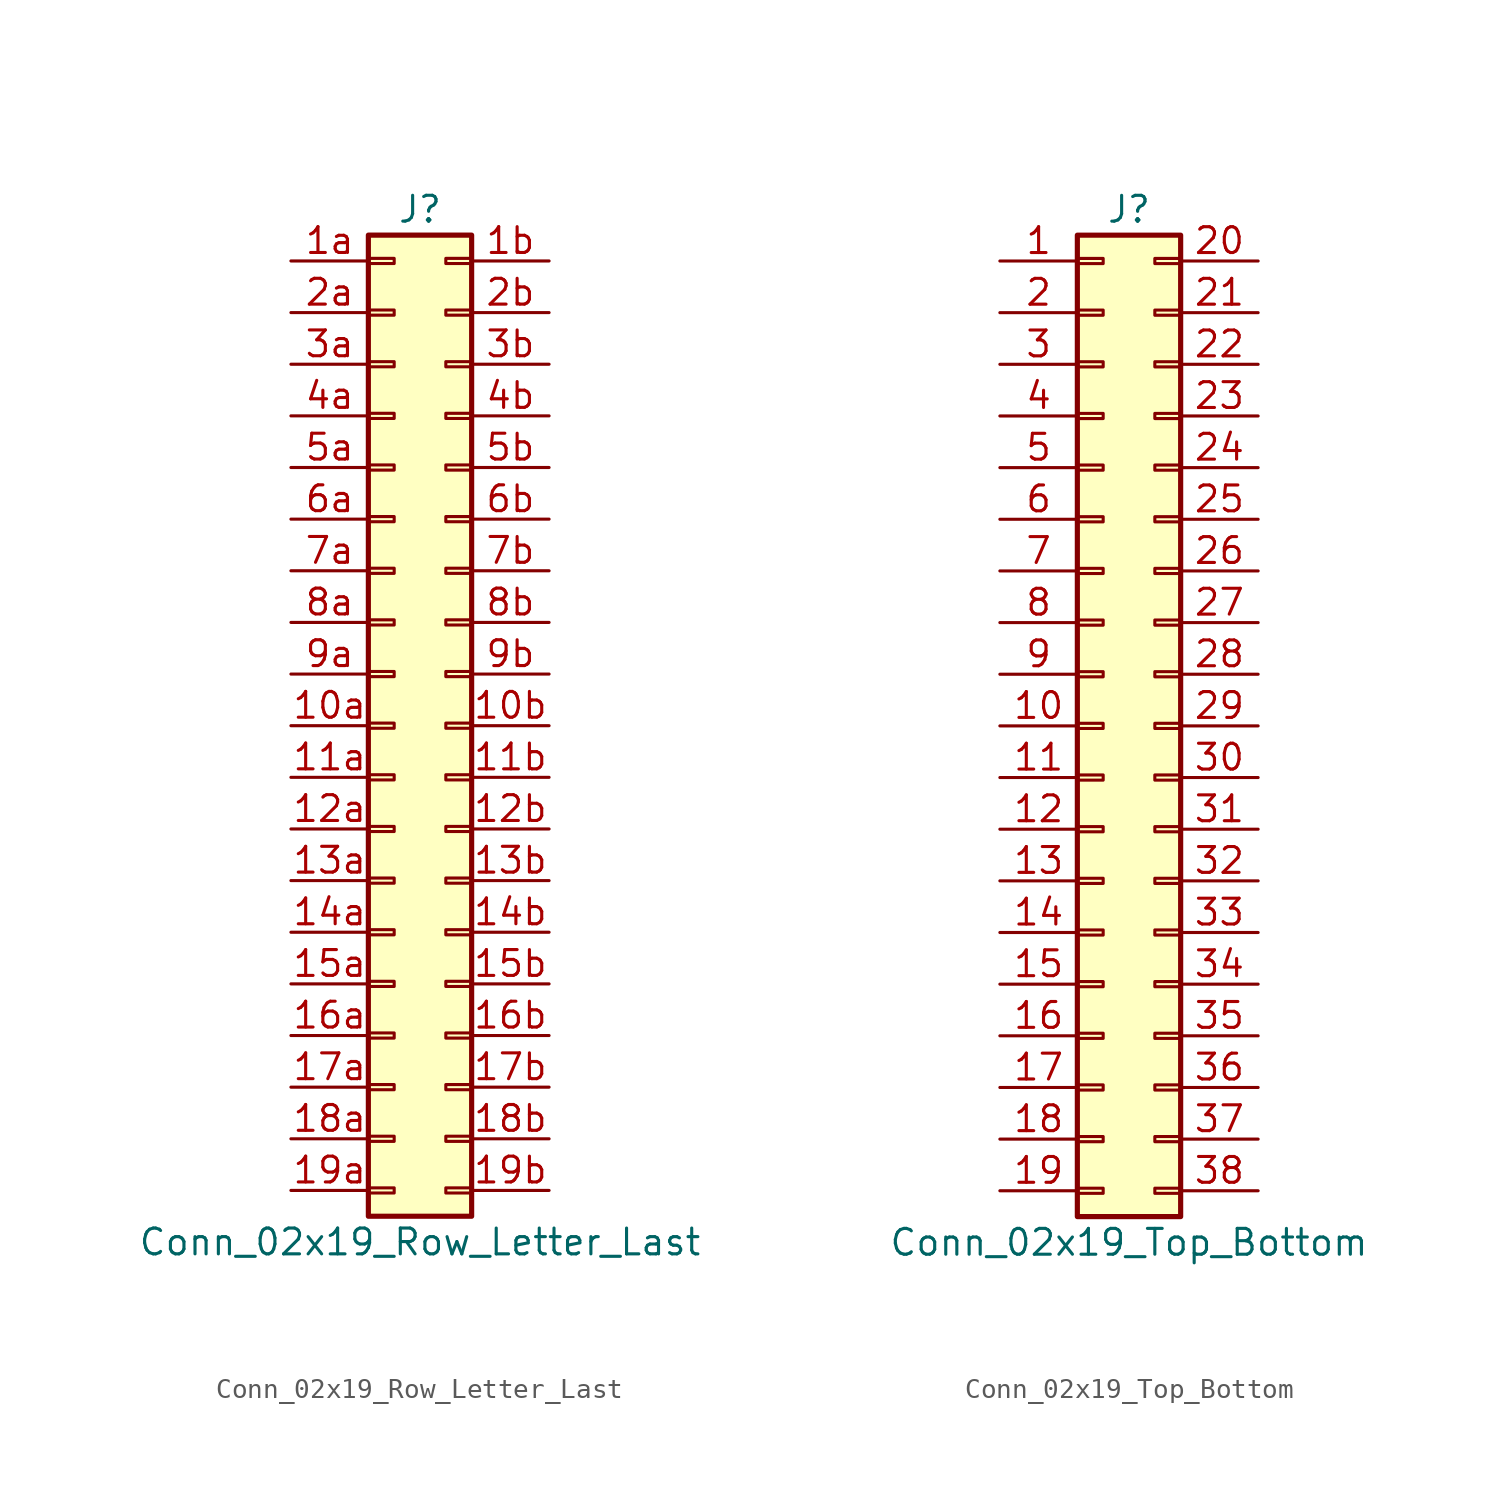
<source format=kicad_sym>
(kicad_symbol_lib
  (version 20201005)
  (generator kicad_symbol_editor)
  (symbol "Connector_Generic:Conn_02x19_Row_Letter_Last"
    (pin_names
      (offset 1.016) hide)
    (property "Reference" "J"
      (at 1.27 25.4 0)
      (effects (font (size 1.27 1.27))))
    (property "Value" "Conn_02x19_Row_Letter_Last"
      (at 1.27 -25.4 0)
      (effects (font (size 1.27 1.27))))
    (symbol "Conn_02x19_Row_Letter_Last_1_1"
      (rectangle (start -1.27 -4.953) (end 0 -5.207) (stroke (width 0.152)) (fill (type none)))
      (rectangle (start -1.27 -7.493) (end 0 -7.747) (stroke (width 0.152)) (fill (type none)))
      (rectangle (start -1.27 -10.033) (end 0 -10.287) (stroke (width 0.152)) (fill (type none)))
      (rectangle (start -1.27 -12.573) (end 0 -12.827) (stroke (width 0.152)) (fill (type none)))
      (rectangle (start -1.27 -15.113) (end 0 -15.367) (stroke (width 0.152)) (fill (type none)))
      (rectangle (start -1.27 -17.653) (end 0 -17.907) (stroke (width 0.152)) (fill (type none)))
      (rectangle (start -1.27 -20.193) (end 0 -20.447) (stroke (width 0.152)) (fill (type none)))
      (rectangle (start -1.27 -22.733) (end 0 -22.987) (stroke (width 0.152)) (fill (type none)))
      (rectangle (start -1.27 -2.413) (end 0 -2.667) (stroke (width 0.152)) (fill (type none)))
      (rectangle (start -1.27 2.667) (end 0 2.413) (stroke (width 0.152)) (fill (type none)))
      (rectangle (start -1.27 5.207) (end 0 4.953) (stroke (width 0.152)) (fill (type none)))
      (rectangle (start -1.27 7.747) (end 0 7.493) (stroke (width 0.152)) (fill (type none)))
      (rectangle (start -1.27 10.287) (end 0 10.033) (stroke (width 0.152)) (fill (type none)))
      (rectangle (start -1.27 0.127) (end 0 -0.127) (stroke (width 0.152)) (fill (type none)))
      (rectangle (start -1.27 12.827) (end 0 12.573) (stroke (width 0.152)) (fill (type none)))
      (rectangle (start -1.27 15.367) (end 0 15.113) (stroke (width 0.152)) (fill (type none)))
      (rectangle (start -1.27 17.907) (end 0 17.653) (stroke (width 0.152)) (fill (type none)))
      (rectangle (start -1.27 20.447) (end 0 20.193) (stroke (width 0.152)) (fill (type none)))
      (rectangle (start -1.27 22.987) (end 0 22.733) (stroke (width 0.152)) (fill (type none)))
      (rectangle (start -1.27 24.13) (end 3.81 -24.13) (stroke (width 0.254)) (fill (type background)))
      (rectangle (start 3.81 -4.953) (end 2.54 -5.207) (stroke (width 0.152)) (fill (type none)))
      (rectangle (start 3.81 -7.493) (end 2.54 -7.747) (stroke (width 0.152)) (fill (type none)))
      (rectangle (start 3.81 -10.033) (end 2.54 -10.287) (stroke (width 0.152)) (fill (type none)))
      (rectangle (start 3.81 -12.573) (end 2.54 -12.827) (stroke (width 0.152)) (fill (type none)))
      (rectangle (start 3.81 -15.113) (end 2.54 -15.367) (stroke (width 0.152)) (fill (type none)))
      (rectangle (start 3.81 -17.653) (end 2.54 -17.907) (stroke (width 0.152)) (fill (type none)))
      (rectangle (start 3.81 -20.193) (end 2.54 -20.447) (stroke (width 0.152)) (fill (type none)))
      (rectangle (start 3.81 -22.733) (end 2.54 -22.987) (stroke (width 0.152)) (fill (type none)))
      (rectangle (start 3.81 -2.413) (end 2.54 -2.667) (stroke (width 0.152)) (fill (type none)))
      (rectangle (start 3.81 2.667) (end 2.54 2.413) (stroke (width 0.152)) (fill (type none)))
      (rectangle (start 3.81 5.207) (end 2.54 4.953) (stroke (width 0.152)) (fill (type none)))
      (rectangle (start 3.81 7.747) (end 2.54 7.493) (stroke (width 0.152)) (fill (type none)))
      (rectangle (start 3.81 10.287) (end 2.54 10.033) (stroke (width 0.152)) (fill (type none)))
      (rectangle (start 3.81 0.127) (end 2.54 -0.127) (stroke (width 0.152)) (fill (type none)))
      (rectangle (start 3.81 12.827) (end 2.54 12.573) (stroke (width 0.152)) (fill (type none)))
      (rectangle (start 3.81 15.367) (end 2.54 15.113) (stroke (width 0.152)) (fill (type none)))
      (rectangle (start 3.81 17.907) (end 2.54 17.653) (stroke (width 0.152)) (fill (type none)))
      (rectangle (start 3.81 20.447) (end 2.54 20.193) (stroke (width 0.152)) (fill (type none)))
      (rectangle (start 3.81 22.987) (end 2.54 22.733) (stroke (width 0.152)) (fill (type none)))
      (pin passive line (at -5.08 0 0) (length 3.81) (name "Pin_10a" (effects (font (size 1.27 1.27)))) (number "10a" (effects (font (size 1.27 1.27)))))
      (pin passive line (at 7.62 0 180) (length 3.81) (name "Pin_10b" (effects (font (size 1.27 1.27)))) (number "10b" (effects (font (size 1.27 1.27)))))
      (pin passive line (at -5.08 -2.54 0) (length 3.81) (name "Pin_11a" (effects (font (size 1.27 1.27)))) (number "11a" (effects (font (size 1.27 1.27)))))
      (pin passive line (at 7.62 -2.54 180) (length 3.81) (name "Pin_11b" (effects (font (size 1.27 1.27)))) (number "11b" (effects (font (size 1.27 1.27)))))
      (pin passive line (at -5.08 -5.08 0) (length 3.81) (name "Pin_12a" (effects (font (size 1.27 1.27)))) (number "12a" (effects (font (size 1.27 1.27)))))
      (pin passive line (at 7.62 -5.08 180) (length 3.81) (name "Pin_12b" (effects (font (size 1.27 1.27)))) (number "12b" (effects (font (size 1.27 1.27)))))
      (pin passive line (at -5.08 -7.62 0) (length 3.81) (name "Pin_13a" (effects (font (size 1.27 1.27)))) (number "13a" (effects (font (size 1.27 1.27)))))
      (pin passive line (at 7.62 -7.62 180) (length 3.81) (name "Pin_13b" (effects (font (size 1.27 1.27)))) (number "13b" (effects (font (size 1.27 1.27)))))
      (pin passive line (at -5.08 -10.16 0) (length 3.81) (name "Pin_14a" (effects (font (size 1.27 1.27)))) (number "14a" (effects (font (size 1.27 1.27)))))
      (pin passive line (at 7.62 -10.16 180) (length 3.81) (name "Pin_14b" (effects (font (size 1.27 1.27)))) (number "14b" (effects (font (size 1.27 1.27)))))
      (pin passive line (at -5.08 -12.7 0) (length 3.81) (name "Pin_15a" (effects (font (size 1.27 1.27)))) (number "15a" (effects (font (size 1.27 1.27)))))
      (pin passive line (at 7.62 -12.7 180) (length 3.81) (name "Pin_15b" (effects (font (size 1.27 1.27)))) (number "15b" (effects (font (size 1.27 1.27)))))
      (pin passive line (at -5.08 -15.24 0) (length 3.81) (name "Pin_16a" (effects (font (size 1.27 1.27)))) (number "16a" (effects (font (size 1.27 1.27)))))
      (pin passive line (at 7.62 -15.24 180) (length 3.81) (name "Pin_16b" (effects (font (size 1.27 1.27)))) (number "16b" (effects (font (size 1.27 1.27)))))
      (pin passive line (at -5.08 -17.78 0) (length 3.81) (name "Pin_17a" (effects (font (size 1.27 1.27)))) (number "17a" (effects (font (size 1.27 1.27)))))
      (pin passive line (at 7.62 -17.78 180) (length 3.81) (name "Pin_17b" (effects (font (size 1.27 1.27)))) (number "17b" (effects (font (size 1.27 1.27)))))
      (pin passive line (at -5.08 -20.32 0) (length 3.81) (name "Pin_18a" (effects (font (size 1.27 1.27)))) (number "18a" (effects (font (size 1.27 1.27)))))
      (pin passive line (at 7.62 -20.32 180) (length 3.81) (name "Pin_18b" (effects (font (size 1.27 1.27)))) (number "18b" (effects (font (size 1.27 1.27)))))
      (pin passive line (at -5.08 -22.86 0) (length 3.81) (name "Pin_19a" (effects (font (size 1.27 1.27)))) (number "19a" (effects (font (size 1.27 1.27)))))
      (pin passive line (at 7.62 -22.86 180) (length 3.81) (name "Pin_19b" (effects (font (size 1.27 1.27)))) (number "19b" (effects (font (size 1.27 1.27)))))
      (pin passive line (at -5.08 22.86 0) (length 3.81) (name "Pin_1a" (effects (font (size 1.27 1.27)))) (number "1a" (effects (font (size 1.27 1.27)))))
      (pin passive line (at 7.62 22.86 180) (length 3.81) (name "Pin_1b" (effects (font (size 1.27 1.27)))) (number "1b" (effects (font (size 1.27 1.27)))))
      (pin passive line (at -5.08 20.32 0) (length 3.81) (name "Pin_2a" (effects (font (size 1.27 1.27)))) (number "2a" (effects (font (size 1.27 1.27)))))
      (pin passive line (at 7.62 20.32 180) (length 3.81) (name "Pin_2b" (effects (font (size 1.27 1.27)))) (number "2b" (effects (font (size 1.27 1.27)))))
      (pin passive line (at -5.08 17.78 0) (length 3.81) (name "Pin_3a" (effects (font (size 1.27 1.27)))) (number "3a" (effects (font (size 1.27 1.27)))))
      (pin passive line (at 7.62 17.78 180) (length 3.81) (name "Pin_3b" (effects (font (size 1.27 1.27)))) (number "3b" (effects (font (size 1.27 1.27)))))
      (pin passive line (at -5.08 15.24 0) (length 3.81) (name "Pin_4a" (effects (font (size 1.27 1.27)))) (number "4a" (effects (font (size 1.27 1.27)))))
      (pin passive line (at 7.62 15.24 180) (length 3.81) (name "Pin_4b" (effects (font (size 1.27 1.27)))) (number "4b" (effects (font (size 1.27 1.27)))))
      (pin passive line (at -5.08 12.7 0) (length 3.81) (name "Pin_5a" (effects (font (size 1.27 1.27)))) (number "5a" (effects (font (size 1.27 1.27)))))
      (pin passive line (at 7.62 12.7 180) (length 3.81) (name "Pin_5b" (effects (font (size 1.27 1.27)))) (number "5b" (effects (font (size 1.27 1.27)))))
      (pin passive line (at -5.08 10.16 0) (length 3.81) (name "Pin_6a" (effects (font (size 1.27 1.27)))) (number "6a" (effects (font (size 1.27 1.27)))))
      (pin passive line (at 7.62 10.16 180) (length 3.81) (name "Pin_6b" (effects (font (size 1.27 1.27)))) (number "6b" (effects (font (size 1.27 1.27)))))
      (pin passive line (at -5.08 7.62 0) (length 3.81) (name "Pin_7a" (effects (font (size 1.27 1.27)))) (number "7a" (effects (font (size 1.27 1.27)))))
      (pin passive line (at 7.62 7.62 180) (length 3.81) (name "Pin_7b" (effects (font (size 1.27 1.27)))) (number "7b" (effects (font (size 1.27 1.27)))))
      (pin passive line (at -5.08 5.08 0) (length 3.81) (name "Pin_8a" (effects (font (size 1.27 1.27)))) (number "8a" (effects (font (size 1.27 1.27)))))
      (pin passive line (at 7.62 5.08 180) (length 3.81) (name "Pin_8b" (effects (font (size 1.27 1.27)))) (number "8b" (effects (font (size 1.27 1.27)))))
      (pin passive line (at -5.08 2.54 0) (length 3.81) (name "Pin_9a" (effects (font (size 1.27 1.27)))) (number "9a" (effects (font (size 1.27 1.27)))))
      (pin passive line (at 7.62 2.54 180) (length 3.81) (name "Pin_9b" (effects (font (size 1.27 1.27)))) (number "9b" (effects (font (size 1.27 1.27)))))))
  (symbol "Connector_Generic:Conn_02x19_Top_Bottom"
    (pin_names
      (offset 1.016) hide)
    (property "Reference" "J"
      (at 1.27 25.4 0)
      (effects (font (size 1.27 1.27))))
    (property "Value" "Conn_02x19_Top_Bottom"
      (at 1.27 -25.4 0)
      (effects (font (size 1.27 1.27))))
    (symbol "Conn_02x19_Top_Bottom_1_1"
      (rectangle (start -1.27 -4.953) (end 0 -5.207) (stroke (width 0.152)) (fill (type none)))
      (rectangle (start -1.27 -7.493) (end 0 -7.747) (stroke (width 0.152)) (fill (type none)))
      (rectangle (start -1.27 -10.033) (end 0 -10.287) (stroke (width 0.152)) (fill (type none)))
      (rectangle (start -1.27 -12.573) (end 0 -12.827) (stroke (width 0.152)) (fill (type none)))
      (rectangle (start -1.27 -15.113) (end 0 -15.367) (stroke (width 0.152)) (fill (type none)))
      (rectangle (start -1.27 -17.653) (end 0 -17.907) (stroke (width 0.152)) (fill (type none)))
      (rectangle (start -1.27 -20.193) (end 0 -20.447) (stroke (width 0.152)) (fill (type none)))
      (rectangle (start -1.27 -22.733) (end 0 -22.987) (stroke (width 0.152)) (fill (type none)))
      (rectangle (start -1.27 -2.413) (end 0 -2.667) (stroke (width 0.152)) (fill (type none)))
      (rectangle (start -1.27 2.667) (end 0 2.413) (stroke (width 0.152)) (fill (type none)))
      (rectangle (start -1.27 5.207) (end 0 4.953) (stroke (width 0.152)) (fill (type none)))
      (rectangle (start -1.27 7.747) (end 0 7.493) (stroke (width 0.152)) (fill (type none)))
      (rectangle (start -1.27 10.287) (end 0 10.033) (stroke (width 0.152)) (fill (type none)))
      (rectangle (start -1.27 0.127) (end 0 -0.127) (stroke (width 0.152)) (fill (type none)))
      (rectangle (start -1.27 12.827) (end 0 12.573) (stroke (width 0.152)) (fill (type none)))
      (rectangle (start -1.27 15.367) (end 0 15.113) (stroke (width 0.152)) (fill (type none)))
      (rectangle (start -1.27 17.907) (end 0 17.653) (stroke (width 0.152)) (fill (type none)))
      (rectangle (start -1.27 20.447) (end 0 20.193) (stroke (width 0.152)) (fill (type none)))
      (rectangle (start -1.27 22.987) (end 0 22.733) (stroke (width 0.152)) (fill (type none)))
      (rectangle (start -1.27 24.13) (end 3.81 -24.13) (stroke (width 0.254)) (fill (type background)))
      (rectangle (start 3.81 -4.953) (end 2.54 -5.207) (stroke (width 0.152)) (fill (type none)))
      (rectangle (start 3.81 -7.493) (end 2.54 -7.747) (stroke (width 0.152)) (fill (type none)))
      (rectangle (start 3.81 -10.033) (end 2.54 -10.287) (stroke (width 0.152)) (fill (type none)))
      (rectangle (start 3.81 -12.573) (end 2.54 -12.827) (stroke (width 0.152)) (fill (type none)))
      (rectangle (start 3.81 -15.113) (end 2.54 -15.367) (stroke (width 0.152)) (fill (type none)))
      (rectangle (start 3.81 -17.653) (end 2.54 -17.907) (stroke (width 0.152)) (fill (type none)))
      (rectangle (start 3.81 -20.193) (end 2.54 -20.447) (stroke (width 0.152)) (fill (type none)))
      (rectangle (start 3.81 -22.733) (end 2.54 -22.987) (stroke (width 0.152)) (fill (type none)))
      (rectangle (start 3.81 -2.413) (end 2.54 -2.667) (stroke (width 0.152)) (fill (type none)))
      (rectangle (start 3.81 2.667) (end 2.54 2.413) (stroke (width 0.152)) (fill (type none)))
      (rectangle (start 3.81 5.207) (end 2.54 4.953) (stroke (width 0.152)) (fill (type none)))
      (rectangle (start 3.81 7.747) (end 2.54 7.493) (stroke (width 0.152)) (fill (type none)))
      (rectangle (start 3.81 10.287) (end 2.54 10.033) (stroke (width 0.152)) (fill (type none)))
      (rectangle (start 3.81 0.127) (end 2.54 -0.127) (stroke (width 0.152)) (fill (type none)))
      (rectangle (start 3.81 12.827) (end 2.54 12.573) (stroke (width 0.152)) (fill (type none)))
      (rectangle (start 3.81 15.367) (end 2.54 15.113) (stroke (width 0.152)) (fill (type none)))
      (rectangle (start 3.81 17.907) (end 2.54 17.653) (stroke (width 0.152)) (fill (type none)))
      (rectangle (start 3.81 20.447) (end 2.54 20.193) (stroke (width 0.152)) (fill (type none)))
      (rectangle (start 3.81 22.987) (end 2.54 22.733) (stroke (width 0.152)) (fill (type none)))
      (pin passive line (at -5.08 22.86 0) (length 3.81) (name "Pin_1" (effects (font (size 1.27 1.27)))) (number "1" (effects (font (size 1.27 1.27)))))
      (pin passive line (at -5.08 0 0) (length 3.81) (name "Pin_10" (effects (font (size 1.27 1.27)))) (number "10" (effects (font (size 1.27 1.27)))))
      (pin passive line (at -5.08 -2.54 0) (length 3.81) (name "Pin_11" (effects (font (size 1.27 1.27)))) (number "11" (effects (font (size 1.27 1.27)))))
      (pin passive line (at -5.08 -5.08 0) (length 3.81) (name "Pin_12" (effects (font (size 1.27 1.27)))) (number "12" (effects (font (size 1.27 1.27)))))
      (pin passive line (at -5.08 -7.62 0) (length 3.81) (name "Pin_13" (effects (font (size 1.27 1.27)))) (number "13" (effects (font (size 1.27 1.27)))))
      (pin passive line (at -5.08 -10.16 0) (length 3.81) (name "Pin_14" (effects (font (size 1.27 1.27)))) (number "14" (effects (font (size 1.27 1.27)))))
      (pin passive line (at -5.08 -12.7 0) (length 3.81) (name "Pin_15" (effects (font (size 1.27 1.27)))) (number "15" (effects (font (size 1.27 1.27)))))
      (pin passive line (at -5.08 -15.24 0) (length 3.81) (name "Pin_16" (effects (font (size 1.27 1.27)))) (number "16" (effects (font (size 1.27 1.27)))))
      (pin passive line (at -5.08 -17.78 0) (length 3.81) (name "Pin_17" (effects (font (size 1.27 1.27)))) (number "17" (effects (font (size 1.27 1.27)))))
      (pin passive line (at -5.08 -20.32 0) (length 3.81) (name "Pin_18" (effects (font (size 1.27 1.27)))) (number "18" (effects (font (size 1.27 1.27)))))
      (pin passive line (at -5.08 -22.86 0) (length 3.81) (name "Pin_19" (effects (font (size 1.27 1.27)))) (number "19" (effects (font (size 1.27 1.27)))))
      (pin passive line (at -5.08 20.32 0) (length 3.81) (name "Pin_2" (effects (font (size 1.27 1.27)))) (number "2" (effects (font (size 1.27 1.27)))))
      (pin passive line (at 7.62 22.86 180) (length 3.81) (name "Pin_20" (effects (font (size 1.27 1.27)))) (number "20" (effects (font (size 1.27 1.27)))))
      (pin passive line (at 7.62 20.32 180) (length 3.81) (name "Pin_21" (effects (font (size 1.27 1.27)))) (number "21" (effects (font (size 1.27 1.27)))))
      (pin passive line (at 7.62 17.78 180) (length 3.81) (name "Pin_22" (effects (font (size 1.27 1.27)))) (number "22" (effects (font (size 1.27 1.27)))))
      (pin passive line (at 7.62 15.24 180) (length 3.81) (name "Pin_23" (effects (font (size 1.27 1.27)))) (number "23" (effects (font (size 1.27 1.27)))))
      (pin passive line (at 7.62 12.7 180) (length 3.81) (name "Pin_24" (effects (font (size 1.27 1.27)))) (number "24" (effects (font (size 1.27 1.27)))))
      (pin passive line (at 7.62 10.16 180) (length 3.81) (name "Pin_25" (effects (font (size 1.27 1.27)))) (number "25" (effects (font (size 1.27 1.27)))))
      (pin passive line (at 7.62 7.62 180) (length 3.81) (name "Pin_26" (effects (font (size 1.27 1.27)))) (number "26" (effects (font (size 1.27 1.27)))))
      (pin passive line (at 7.62 5.08 180) (length 3.81) (name "Pin_27" (effects (font (size 1.27 1.27)))) (number "27" (effects (font (size 1.27 1.27)))))
      (pin passive line (at 7.62 2.54 180) (length 3.81) (name "Pin_28" (effects (font (size 1.27 1.27)))) (number "28" (effects (font (size 1.27 1.27)))))
      (pin passive line (at 7.62 0 180) (length 3.81) (name "Pin_29" (effects (font (size 1.27 1.27)))) (number "29" (effects (font (size 1.27 1.27)))))
      (pin passive line (at -5.08 17.78 0) (length 3.81) (name "Pin_3" (effects (font (size 1.27 1.27)))) (number "3" (effects (font (size 1.27 1.27)))))
      (pin passive line (at 7.62 -2.54 180) (length 3.81) (name "Pin_30" (effects (font (size 1.27 1.27)))) (number "30" (effects (font (size 1.27 1.27)))))
      (pin passive line (at 7.62 -5.08 180) (length 3.81) (name "Pin_31" (effects (font (size 1.27 1.27)))) (number "31" (effects (font (size 1.27 1.27)))))
      (pin passive line (at 7.62 -7.62 180) (length 3.81) (name "Pin_32" (effects (font (size 1.27 1.27)))) (number "32" (effects (font (size 1.27 1.27)))))
      (pin passive line (at 7.62 -10.16 180) (length 3.81) (name "Pin_33" (effects (font (size 1.27 1.27)))) (number "33" (effects (font (size 1.27 1.27)))))
      (pin passive line (at 7.62 -12.7 180) (length 3.81) (name "Pin_34" (effects (font (size 1.27 1.27)))) (number "34" (effects (font (size 1.27 1.27)))))
      (pin passive line (at 7.62 -15.24 180) (length 3.81) (name "Pin_35" (effects (font (size 1.27 1.27)))) (number "35" (effects (font (size 1.27 1.27)))))
      (pin passive line (at 7.62 -17.78 180) (length 3.81) (name "Pin_36" (effects (font (size 1.27 1.27)))) (number "36" (effects (font (size 1.27 1.27)))))
      (pin passive line (at 7.62 -20.32 180) (length 3.81) (name "Pin_37" (effects (font (size 1.27 1.27)))) (number "37" (effects (font (size 1.27 1.27)))))
      (pin passive line (at 7.62 -22.86 180) (length 3.81) (name "Pin_38" (effects (font (size 1.27 1.27)))) (number "38" (effects (font (size 1.27 1.27)))))
      (pin passive line (at -5.08 15.24 0) (length 3.81) (name "Pin_4" (effects (font (size 1.27 1.27)))) (number "4" (effects (font (size 1.27 1.27)))))
      (pin passive line (at -5.08 12.7 0) (length 3.81) (name "Pin_5" (effects (font (size 1.27 1.27)))) (number "5" (effects (font (size 1.27 1.27)))))
      (pin passive line (at -5.08 10.16 0) (length 3.81) (name "Pin_6" (effects (font (size 1.27 1.27)))) (number "6" (effects (font (size 1.27 1.27)))))
      (pin passive line (at -5.08 7.62 0) (length 3.81) (name "Pin_7" (effects (font (size 1.27 1.27)))) (number "7" (effects (font (size 1.27 1.27)))))
      (pin passive line (at -5.08 5.08 0) (length 3.81) (name "Pin_8" (effects (font (size 1.27 1.27)))) (number "8" (effects (font (size 1.27 1.27)))))
      (pin passive line (at -5.08 2.54 0) (length 3.81) (name "Pin_9" (effects (font (size 1.27 1.27)))) (number "9" (effects (font (size 1.27 1.27))))))))
</source>
